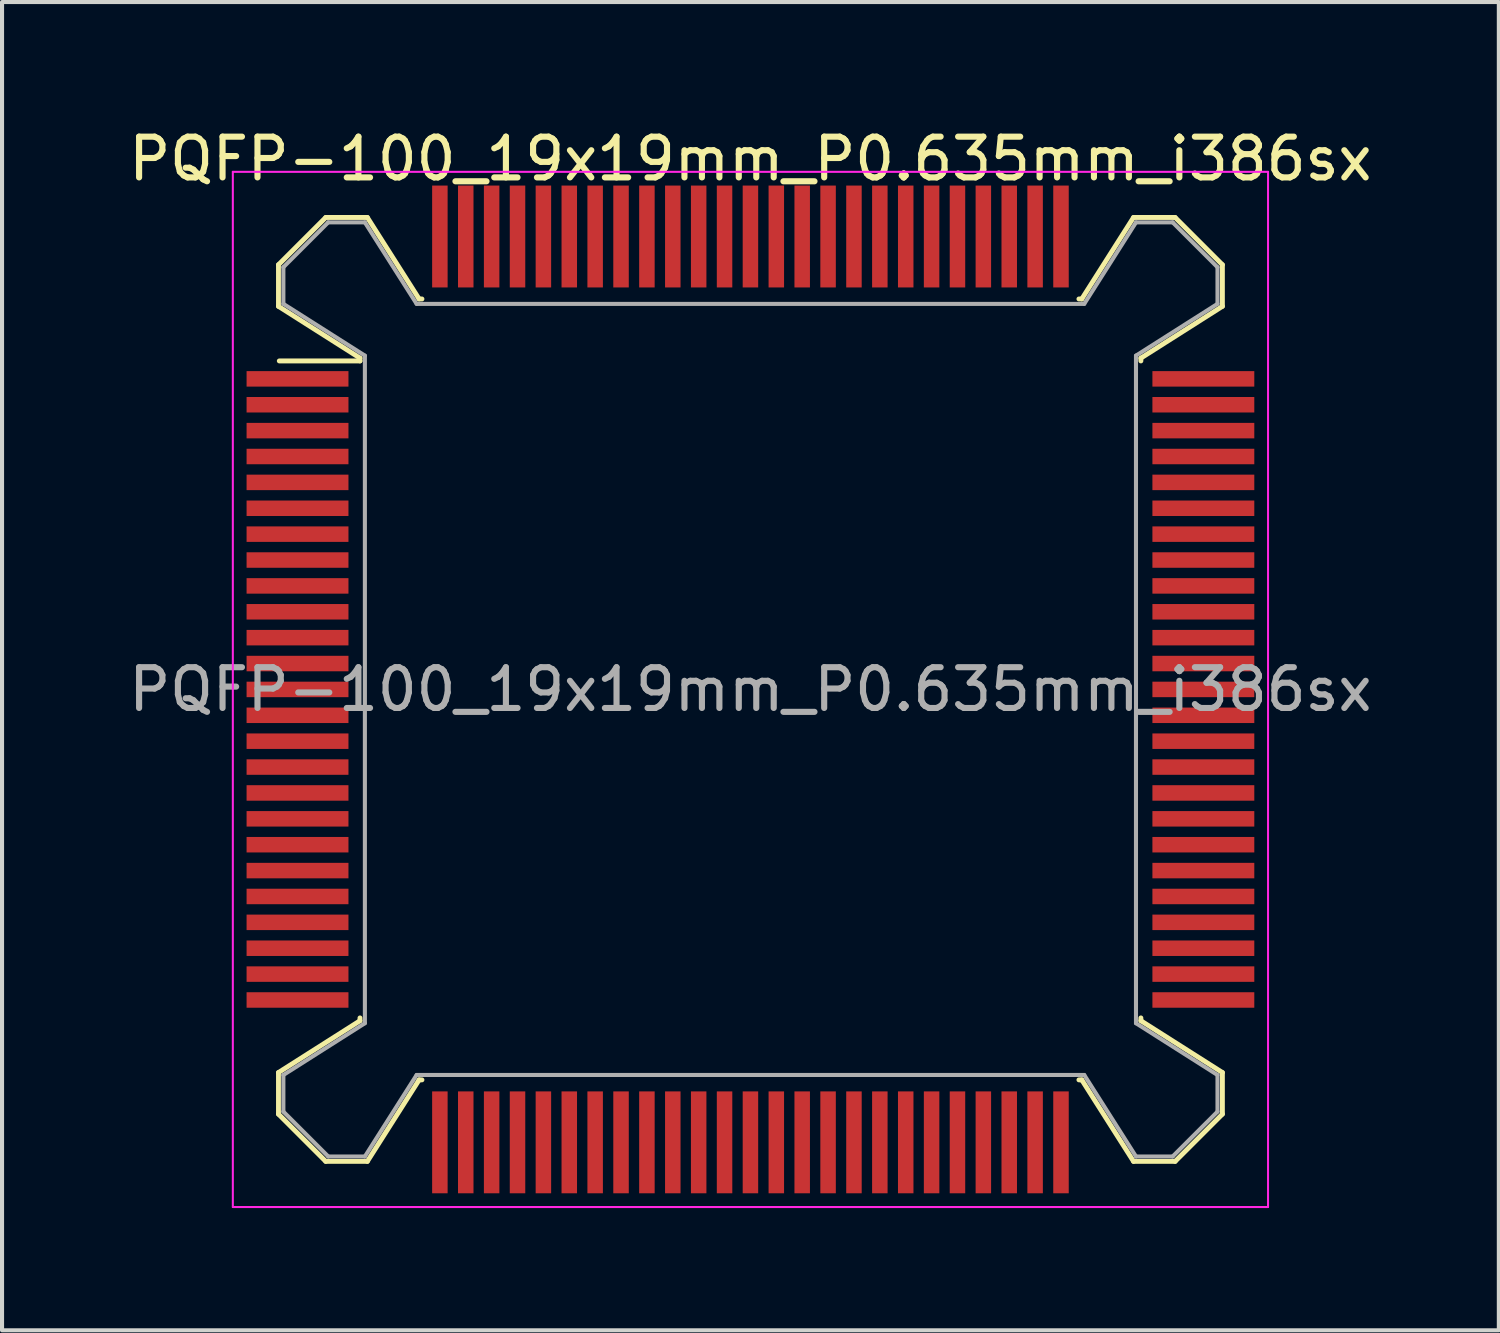
<source format=kicad_pcb>
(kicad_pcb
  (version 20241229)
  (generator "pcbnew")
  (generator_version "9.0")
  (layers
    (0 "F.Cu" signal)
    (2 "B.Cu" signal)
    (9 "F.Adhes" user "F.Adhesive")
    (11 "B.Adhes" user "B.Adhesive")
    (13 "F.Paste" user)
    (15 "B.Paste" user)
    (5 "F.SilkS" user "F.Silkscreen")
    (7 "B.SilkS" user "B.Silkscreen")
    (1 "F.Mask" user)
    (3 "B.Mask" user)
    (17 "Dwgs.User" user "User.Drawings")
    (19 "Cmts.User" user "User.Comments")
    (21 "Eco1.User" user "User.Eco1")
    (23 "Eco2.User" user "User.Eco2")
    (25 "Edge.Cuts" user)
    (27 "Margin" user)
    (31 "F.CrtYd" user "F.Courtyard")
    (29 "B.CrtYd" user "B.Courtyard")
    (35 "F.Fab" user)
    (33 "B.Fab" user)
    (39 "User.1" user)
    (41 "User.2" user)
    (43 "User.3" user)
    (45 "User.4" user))
  (footprint "PQFP-100_19x19mm_P0.635mm_i386sx"
    (layer "F.Cu")
    (at 15.363 13.866)
    (property "Reference" "PQFP-100_19x19mm_P0.635mm_i386sx" (at 0 -13.018 0) (layer "F.SilkS") (effects (font (size 1 1) (thickness 0.15))))
    (attr smd)
    (fp_line (start -11.58 -10.42) (end -10.42 -11.58) (stroke (width 0.12) (type solid)) (layer "F.SilkS"))
    (fp_line (start -11.58 -9.4) (end -11.58 -10.42) (stroke (width 0.12) (type solid)) (layer "F.SilkS"))
    (fp_line (start -11.58 -9.4) (end -9.58 -8.13) (stroke (width 0.12) (type solid)) (layer "F.SilkS"))
    (fp_line (start -11.58 9.4) (end -11.58 10.42) (stroke (width 0.12) (type solid)) (layer "F.SilkS"))
    (fp_line (start -11.58 9.4) (end -9.58 8.13) (stroke (width 0.12) (type solid)) (layer "F.SilkS"))
    (fp_line (start -11.58 10.42) (end -10.42 11.58) (stroke (width 0.12) (type solid)) (layer "F.SilkS"))
    (fp_line (start -11.56 -8.06) (end -9.58 -8.06) (stroke (width 0.12) (type solid)) (layer "F.SilkS"))
    (fp_line (start -9.58 -8.13) (end -9.58 -8.06) (stroke (width 0.12) (type solid)) (layer "F.SilkS"))
    (fp_line (start -9.58 8.13) (end -9.58 8.06) (stroke (width 0.12) (type solid)) (layer "F.SilkS"))
    (fp_line (start -9.4 -11.58) (end -10.42 -11.58) (stroke (width 0.12) (type solid)) (layer "F.SilkS"))
    (fp_line (start -9.4 11.58) (end -10.42 11.58) (stroke (width 0.12) (type solid)) (layer "F.SilkS"))
    (fp_line (start -8.13 -9.58) (end -9.4 -11.58) (stroke (width 0.12) (type solid)) (layer "F.SilkS"))
    (fp_line (start -8.13 9.58) (end -9.4 11.58) (stroke (width 0.12) (type solid)) (layer "F.SilkS"))
    (fp_line (start -8.06 -9.58) (end -8.13 -9.58) (stroke (width 0.12) (type solid)) (layer "F.SilkS"))
    (fp_line (start -8.06 9.58) (end -8.13 9.58) (stroke (width 0.12) (type solid)) (layer "F.SilkS"))
    (fp_line (start 8.06 -9.58) (end 8.13 -9.58) (stroke (width 0.12) (type solid)) (layer "F.SilkS"))
    (fp_line (start 8.06 9.58) (end 8.13 9.58) (stroke (width 0.12) (type solid)) (layer "F.SilkS"))
    (fp_line (start 8.13 -9.58) (end 9.4 -11.58) (stroke (width 0.12) (type solid)) (layer "F.SilkS"))
    (fp_line (start 8.13 9.58) (end 9.4 11.58) (stroke (width 0.12) (type solid)) (layer "F.SilkS"))
    (fp_line (start 9.4 -11.58) (end 10.42 -11.58) (stroke (width 0.12) (type solid)) (layer "F.SilkS"))
    (fp_line (start 9.4 11.58) (end 10.42 11.58) (stroke (width 0.12) (type solid)) (layer "F.SilkS"))
    (fp_line (start 9.58 -8.13) (end 9.58 -8.06) (stroke (width 0.12) (type solid)) (layer "F.SilkS"))
    (fp_line (start 9.58 8.13) (end 9.58 8.06) (stroke (width 0.12) (type solid)) (layer "F.SilkS"))
    (fp_line (start 11.58 -10.42) (end 10.42 -11.58) (stroke (width 0.12) (type solid)) (layer "F.SilkS"))
    (fp_line (start 11.58 -9.4) (end 9.58 -8.13) (stroke (width 0.12) (type solid)) (layer "F.SilkS"))
    (fp_line (start 11.58 -9.4) (end 11.58 -10.42) (stroke (width 0.12) (type solid)) (layer "F.SilkS"))
    (fp_line (start 11.58 9.4) (end 9.58 8.13) (stroke (width 0.12) (type solid)) (layer "F.SilkS"))
    (fp_line (start 11.58 9.4) (end 11.58 10.42) (stroke (width 0.12) (type solid)) (layer "F.SilkS"))
    (fp_line (start 11.58 10.42) (end 10.42 11.58) (stroke (width 0.12) (type solid)) (layer "F.SilkS"))
    (fp_line (start -12.7 -12.7) (end -12.7 12.7) (stroke (width 0.05) (type solid)) (layer "F.CrtYd"))
    (fp_line (start 12.7 -12.7) (end -12.7 -12.7) (stroke (width 0.05) (type solid)) (layer "F.CrtYd"))
    (fp_line (start 12.7 -12.7) (end 12.7 12.7) (stroke (width 0.05) (type solid)) (layer "F.CrtYd"))
    (fp_line (start 12.7 12.7) (end -12.7 12.7) (stroke (width 0.05) (type solid)) (layer "F.CrtYd"))
    (fp_line (start -11.46 -10.36) (end -10.36 -11.46) (stroke (width 0.1) (type solid)) (layer "F.Fab"))
    (fp_line (start -11.46 -9.46) (end -11.46 -10.36) (stroke (width 0.1) (type solid)) (layer "F.Fab"))
    (fp_line (start -11.46 -9.46) (end -9.46 -8.19) (stroke (width 0.1) (type solid)) (layer "F.Fab"))
    (fp_line (start -11.46 9.46) (end -11.46 10.36) (stroke (width 0.1) (type solid)) (layer "F.Fab"))
    (fp_line (start -11.46 9.46) (end -9.46 8.19) (stroke (width 0.1) (type solid)) (layer "F.Fab"))
    (fp_line (start -11.46 10.36) (end -10.36 11.46) (stroke (width 0.1) (type solid)) (layer "F.Fab"))
    (fp_line (start -10.36 -11.46) (end -9.46 -11.46) (stroke (width 0.1) (type solid)) (layer "F.Fab"))
    (fp_line (start -10.36 11.46) (end -9.46 11.46) (stroke (width 0.1) (type solid)) (layer "F.Fab"))
    (fp_line (start -9.46 -11.46) (end -8.19 -9.46) (stroke (width 0.1) (type solid)) (layer "F.Fab"))
    (fp_line (start -9.46 8.19) (end -9.46 -8.19) (stroke (width 0.1) (type solid)) (layer "F.Fab"))
    (fp_line (start -9.46 11.46) (end -8.19 9.46) (stroke (width 0.1) (type solid)) (layer "F.Fab"))
    (fp_line (start -8.19 -9.46) (end 8.19 -9.46) (stroke (width 0.1) (type solid)) (layer "F.Fab"))
    (fp_line (start 8.19 9.46) (end -8.19 9.46) (stroke (width 0.1) (type solid)) (layer "F.Fab"))
    (fp_line (start 9.46 -11.46) (end 8.19 -9.46) (stroke (width 0.1) (type solid)) (layer "F.Fab"))
    (fp_line (start 9.46 -8.19) (end 9.46 8.19) (stroke (width 0.1) (type solid)) (layer "F.Fab"))
    (fp_line (start 9.46 11.46) (end 8.19 9.46) (stroke (width 0.1) (type solid)) (layer "F.Fab"))
    (fp_line (start 10.36 -11.46) (end 9.46 -11.46) (stroke (width 0.1) (type solid)) (layer "F.Fab"))
    (fp_line (start 10.36 11.46) (end 9.46 11.46) (stroke (width 0.1) (type solid)) (layer "F.Fab"))
    (fp_line (start 11.46 -10.36) (end 10.36 -11.46) (stroke (width 0.1) (type solid)) (layer "F.Fab"))
    (fp_line (start 11.46 -9.46) (end 9.46 -8.19) (stroke (width 0.1) (type solid)) (layer "F.Fab"))
    (fp_line (start 11.46 -9.46) (end 11.46 -10.36) (stroke (width 0.1) (type solid)) (layer "F.Fab"))
    (fp_line (start 11.46 9.46) (end 9.46 8.19) (stroke (width 0.1) (type solid)) (layer "F.Fab"))
    (fp_line (start 11.46 9.46) (end 11.46 10.36) (stroke (width 0.1) (type solid)) (layer "F.Fab"))
    (fp_line (start 11.46 10.36) (end 10.36 11.46) (stroke (width 0.1) (type solid)) (layer "F.Fab"))
    (fp_text user "${REFERENCE}" (at 0 0 0) (layer "F.Fab") (effects (font (size 1 1) (thickness 0.15))))
    (pad "1" smd rect (at -11.113 -7.62) (size 2.5 0.38) (layers "F.Cu" "F.Mask" "F.Paste"))
    (pad "2" smd rect (at -11.113 -6.985) (size 2.5 0.38) (layers "F.Cu" "F.Mask" "F.Paste"))
    (pad "3" smd rect (at -11.113 -6.35) (size 2.5 0.38) (layers "F.Cu" "F.Mask" "F.Paste"))
    (pad "4" smd rect (at -11.113 -5.715) (size 2.5 0.38) (layers "F.Cu" "F.Mask" "F.Paste"))
    (pad "5" smd rect (at -11.113 -5.08) (size 2.5 0.38) (layers "F.Cu" "F.Mask" "F.Paste"))
    (pad "6" smd rect (at -11.113 -4.445) (size 2.5 0.38) (layers "F.Cu" "F.Mask" "F.Paste"))
    (pad "7" smd rect (at -11.113 -3.81) (size 2.5 0.38) (layers "F.Cu" "F.Mask" "F.Paste"))
    (pad "8" smd rect (at -11.113 -3.175) (size 2.5 0.38) (layers "F.Cu" "F.Mask" "F.Paste"))
    (pad "9" smd rect (at -11.113 -2.54) (size 2.5 0.38) (layers "F.Cu" "F.Mask" "F.Paste"))
    (pad "10" smd rect (at -11.113 -1.905) (size 2.5 0.38) (layers "F.Cu" "F.Mask" "F.Paste"))
    (pad "11" smd rect (at -11.113 -1.27) (size 2.5 0.38) (layers "F.Cu" "F.Mask" "F.Paste"))
    (pad "12" smd rect (at -11.113 -0.635) (size 2.5 0.38) (layers "F.Cu" "F.Mask" "F.Paste"))
    (pad "13" smd rect (at -11.113 0) (size 2.5 0.38) (layers "F.Cu" "F.Mask" "F.Paste"))
    (pad "14" smd rect (at -11.113 0.635) (size 2.5 0.38) (layers "F.Cu" "F.Mask" "F.Paste"))
    (pad "15" smd rect (at -11.113 1.27) (size 2.5 0.38) (layers "F.Cu" "F.Mask" "F.Paste"))
    (pad "16" smd rect (at -11.113 1.905) (size 2.5 0.38) (layers "F.Cu" "F.Mask" "F.Paste"))
    (pad "17" smd rect (at -11.113 2.54) (size 2.5 0.38) (layers "F.Cu" "F.Mask" "F.Paste"))
    (pad "18" smd rect (at -11.113 3.175) (size 2.5 0.38) (layers "F.Cu" "F.Mask" "F.Paste"))
    (pad "19" smd rect (at -11.113 3.81) (size 2.5 0.38) (layers "F.Cu" "F.Mask" "F.Paste"))
    (pad "20" smd rect (at -11.113 4.445) (size 2.5 0.38) (layers "F.Cu" "F.Mask" "F.Paste"))
    (pad "21" smd rect (at -11.113 5.08) (size 2.5 0.38) (layers "F.Cu" "F.Mask" "F.Paste"))
    (pad "22" smd rect (at -11.113 5.715) (size 2.5 0.38) (layers "F.Cu" "F.Mask" "F.Paste"))
    (pad "23" smd rect (at -11.113 6.35) (size 2.5 0.38) (layers "F.Cu" "F.Mask" "F.Paste"))
    (pad "24" smd rect (at -11.113 6.985) (size 2.5 0.38) (layers "F.Cu" "F.Mask" "F.Paste"))
    (pad "25" smd rect (at -11.113 7.62) (size 2.5 0.38) (layers "F.Cu" "F.Mask" "F.Paste"))
    (pad "26" smd rect (at -7.62 11.113) (size 0.38 2.5) (layers "F.Cu" "F.Mask" "F.Paste"))
    (pad "27" smd rect (at -6.985 11.113) (size 0.38 2.5) (layers "F.Cu" "F.Mask" "F.Paste"))
    (pad "28" smd rect (at -6.35 11.113) (size 0.38 2.5) (layers "F.Cu" "F.Mask" "F.Paste"))
    (pad "29" smd rect (at -5.715 11.113) (size 0.38 2.5) (layers "F.Cu" "F.Mask" "F.Paste"))
    (pad "30" smd rect (at -5.08 11.113) (size 0.38 2.5) (layers "F.Cu" "F.Mask" "F.Paste"))
    (pad "31" smd rect (at -4.445 11.113) (size 0.38 2.5) (layers "F.Cu" "F.Mask" "F.Paste"))
    (pad "32" smd rect (at -3.81 11.113) (size 0.38 2.5) (layers "F.Cu" "F.Mask" "F.Paste"))
    (pad "33" smd rect (at -3.175 11.113) (size 0.38 2.5) (layers "F.Cu" "F.Mask" "F.Paste"))
    (pad "34" smd rect (at -2.54 11.113) (size 0.38 2.5) (layers "F.Cu" "F.Mask" "F.Paste"))
    (pad "35" smd rect (at -1.905 11.113) (size 0.38 2.5) (layers "F.Cu" "F.Mask" "F.Paste"))
    (pad "36" smd rect (at -1.27 11.113) (size 0.38 2.5) (layers "F.Cu" "F.Mask" "F.Paste"))
    (pad "37" smd rect (at -0.635 11.113) (size 0.38 2.5) (layers "F.Cu" "F.Mask" "F.Paste"))
    (pad "38" smd rect (at 0 11.113) (size 0.38 2.5) (layers "F.Cu" "F.Mask" "F.Paste"))
    (pad "39" smd rect (at 0.635 11.113) (size 0.38 2.5) (layers "F.Cu" "F.Mask" "F.Paste"))
    (pad "40" smd rect (at 1.27 11.113) (size 0.38 2.5) (layers "F.Cu" "F.Mask" "F.Paste"))
    (pad "41" smd rect (at 1.905 11.113) (size 0.38 2.5) (layers "F.Cu" "F.Mask" "F.Paste"))
    (pad "42" smd rect (at 2.54 11.113) (size 0.38 2.5) (layers "F.Cu" "F.Mask" "F.Paste"))
    (pad "43" smd rect (at 3.175 11.113) (size 0.38 2.5) (layers "F.Cu" "F.Mask" "F.Paste"))
    (pad "44" smd rect (at 3.81 11.113) (size 0.38 2.5) (layers "F.Cu" "F.Mask" "F.Paste"))
    (pad "45" smd rect (at 4.445 11.113) (size 0.38 2.5) (layers "F.Cu" "F.Mask" "F.Paste"))
    (pad "46" smd rect (at 5.08 11.113) (size 0.38 2.5) (layers "F.Cu" "F.Mask" "F.Paste"))
    (pad "47" smd rect (at 5.715 11.113) (size 0.38 2.5) (layers "F.Cu" "F.Mask" "F.Paste"))
    (pad "48" smd rect (at 6.35 11.113) (size 0.38 2.5) (layers "F.Cu" "F.Mask" "F.Paste"))
    (pad "49" smd rect (at 6.985 11.113) (size 0.38 2.5) (layers "F.Cu" "F.Mask" "F.Paste"))
    (pad "50" smd rect (at 7.62 11.113) (size 0.38 2.5) (layers "F.Cu" "F.Mask" "F.Paste"))
    (pad "51" smd rect (at 11.113 7.62) (size 2.5 0.38) (layers "F.Cu" "F.Mask" "F.Paste"))
    (pad "52" smd rect (at 11.113 6.985) (size 2.5 0.38) (layers "F.Cu" "F.Mask" "F.Paste"))
    (pad "53" smd rect (at 11.113 6.35) (size 2.5 0.38) (layers "F.Cu" "F.Mask" "F.Paste"))
    (pad "54" smd rect (at 11.113 5.715) (size 2.5 0.38) (layers "F.Cu" "F.Mask" "F.Paste"))
    (pad "55" smd rect (at 11.113 5.08) (size 2.5 0.38) (layers "F.Cu" "F.Mask" "F.Paste"))
    (pad "56" smd rect (at 11.113 4.445) (size 2.5 0.38) (layers "F.Cu" "F.Mask" "F.Paste"))
    (pad "57" smd rect (at 11.113 3.81) (size 2.5 0.38) (layers "F.Cu" "F.Mask" "F.Paste"))
    (pad "58" smd rect (at 11.113 3.175) (size 2.5 0.38) (layers "F.Cu" "F.Mask" "F.Paste"))
    (pad "59" smd rect (at 11.113 2.54) (size 2.5 0.38) (layers "F.Cu" "F.Mask" "F.Paste"))
    (pad "60" smd rect (at 11.113 1.905) (size 2.5 0.38) (layers "F.Cu" "F.Mask" "F.Paste"))
    (pad "61" smd rect (at 11.113 1.27) (size 2.5 0.38) (layers "F.Cu" "F.Mask" "F.Paste"))
    (pad "62" smd rect (at 11.113 0.635) (size 2.5 0.38) (layers "F.Cu" "F.Mask" "F.Paste"))
    (pad "63" smd rect (at 11.113 0) (size 2.5 0.38) (layers "F.Cu" "F.Mask" "F.Paste"))
    (pad "64" smd rect (at 11.113 -0.635) (size 2.5 0.38) (layers "F.Cu" "F.Mask" "F.Paste"))
    (pad "65" smd rect (at 11.113 -1.27) (size 2.5 0.38) (layers "F.Cu" "F.Mask" "F.Paste"))
    (pad "66" smd rect (at 11.113 -1.905) (size 2.5 0.38) (layers "F.Cu" "F.Mask" "F.Paste"))
    (pad "67" smd rect (at 11.113 -2.54) (size 2.5 0.38) (layers "F.Cu" "F.Mask" "F.Paste"))
    (pad "68" smd rect (at 11.113 -3.175) (size 2.5 0.38) (layers "F.Cu" "F.Mask" "F.Paste"))
    (pad "69" smd rect (at 11.113 -3.81) (size 2.5 0.38) (layers "F.Cu" "F.Mask" "F.Paste"))
    (pad "70" smd rect (at 11.113 -4.445) (size 2.5 0.38) (layers "F.Cu" "F.Mask" "F.Paste"))
    (pad "71" smd rect (at 11.113 -5.08) (size 2.5 0.38) (layers "F.Cu" "F.Mask" "F.Paste"))
    (pad "72" smd rect (at 11.113 -5.715) (size 2.5 0.38) (layers "F.Cu" "F.Mask" "F.Paste"))
    (pad "73" smd rect (at 11.113 -6.35) (size 2.5 0.38) (layers "F.Cu" "F.Mask" "F.Paste"))
    (pad "74" smd rect (at 11.113 -6.985) (size 2.5 0.38) (layers "F.Cu" "F.Mask" "F.Paste"))
    (pad "75" smd rect (at 11.113 -7.62) (size 2.5 0.38) (layers "F.Cu" "F.Mask" "F.Paste"))
    (pad "76" smd rect (at 7.62 -11.113) (size 0.38 2.5) (layers "F.Cu" "F.Mask" "F.Paste"))
    (pad "77" smd rect (at 6.985 -11.113) (size 0.38 2.5) (layers "F.Cu" "F.Mask" "F.Paste"))
    (pad "78" smd rect (at 6.35 -11.113) (size 0.38 2.5) (layers "F.Cu" "F.Mask" "F.Paste"))
    (pad "79" smd rect (at 5.715 -11.113) (size 0.38 2.5) (layers "F.Cu" "F.Mask" "F.Paste"))
    (pad "80" smd rect (at 5.08 -11.113) (size 0.38 2.5) (layers "F.Cu" "F.Mask" "F.Paste"))
    (pad "81" smd rect (at 4.445 -11.113) (size 0.38 2.5) (layers "F.Cu" "F.Mask" "F.Paste"))
    (pad "82" smd rect (at 3.81 -11.113) (size 0.38 2.5) (layers "F.Cu" "F.Mask" "F.Paste"))
    (pad "83" smd rect (at 3.175 -11.113) (size 0.38 2.5) (layers "F.Cu" "F.Mask" "F.Paste"))
    (pad "84" smd rect (at 2.54 -11.113) (size 0.38 2.5) (layers "F.Cu" "F.Mask" "F.Paste"))
    (pad "85" smd rect (at 1.905 -11.113) (size 0.38 2.5) (layers "F.Cu" "F.Mask" "F.Paste"))
    (pad "86" smd rect (at 1.27 -11.113) (size 0.38 2.5) (layers "F.Cu" "F.Mask" "F.Paste"))
    (pad "87" smd rect (at 0.635 -11.113) (size 0.38 2.5) (layers "F.Cu" "F.Mask" "F.Paste"))
    (pad "88" smd rect (at 0 -11.113) (size 0.38 2.5) (layers "F.Cu" "F.Mask" "F.Paste"))
    (pad "89" smd rect (at -0.635 -11.113) (size 0.38 2.5) (layers "F.Cu" "F.Mask" "F.Paste"))
    (pad "90" smd rect (at -1.27 -11.113) (size 0.38 2.5) (layers "F.Cu" "F.Mask" "F.Paste"))
    (pad "91" smd rect (at -1.905 -11.113) (size 0.38 2.5) (layers "F.Cu" "F.Mask" "F.Paste"))
    (pad "92" smd rect (at -2.54 -11.113) (size 0.38 2.5) (layers "F.Cu" "F.Mask" "F.Paste"))
    (pad "93" smd rect (at -3.175 -11.113) (size 0.38 2.5) (layers "F.Cu" "F.Mask" "F.Paste"))
    (pad "94" smd rect (at -3.81 -11.113) (size 0.38 2.5) (layers "F.Cu" "F.Mask" "F.Paste"))
    (pad "95" smd rect (at -4.445 -11.113) (size 0.38 2.5) (layers "F.Cu" "F.Mask" "F.Paste"))
    (pad "96" smd rect (at -5.08 -11.113) (size 0.38 2.5) (layers "F.Cu" "F.Mask" "F.Paste"))
    (pad "97" smd rect (at -5.715 -11.113) (size 0.38 2.5) (layers "F.Cu" "F.Mask" "F.Paste"))
    (pad "98" smd rect (at -6.35 -11.113) (size 0.38 2.5) (layers "F.Cu" "F.Mask" "F.Paste"))
    (pad "99" smd rect (at -6.985 -11.113) (size 0.38 2.5) (layers "F.Cu" "F.Mask" "F.Paste"))
    (pad "100" smd rect (at -7.62 -11.113) (size 0.38 2.5) (layers "F.Cu" "F.Mask" "F.Paste")))
  (gr_rect
    (start -3 -3)
    (end 33.726 29.591)
    (stroke (width 0.1) (type default))
    (fill no)
    (layer "Edge.Cuts")))
</source>
